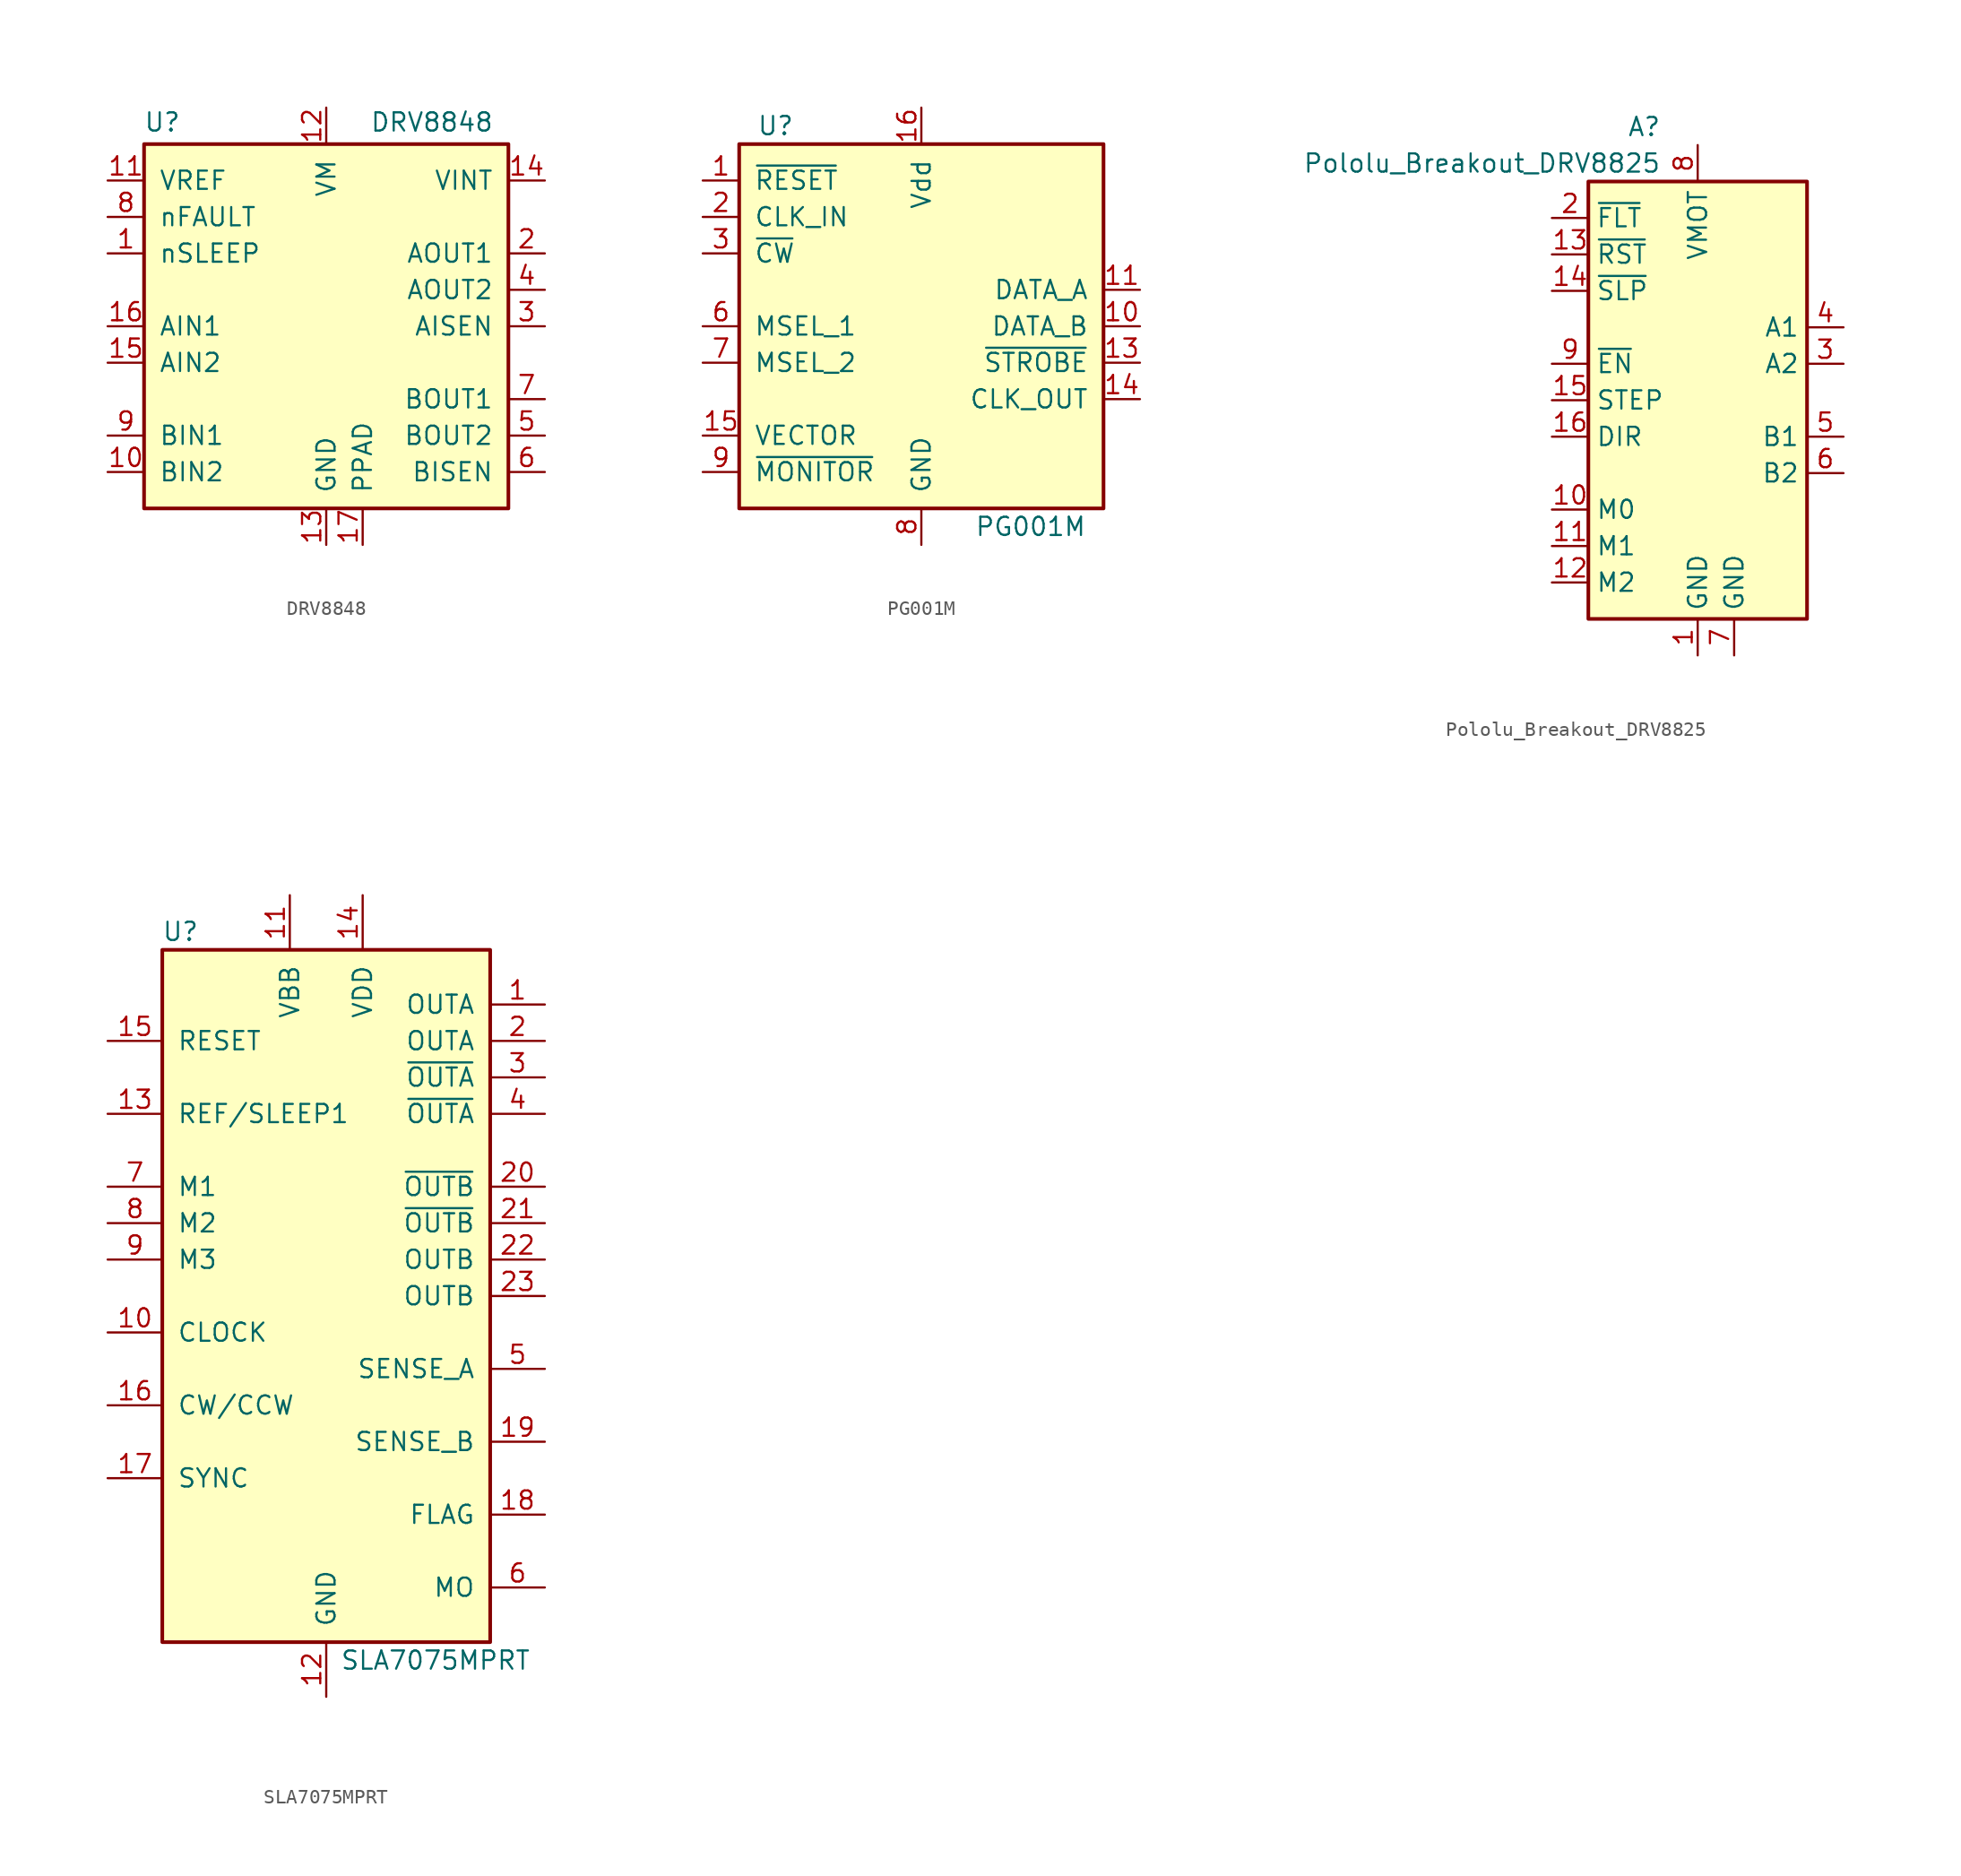
<source format=kicad_sym>
(kicad_symbol_lib
  (version 20211014)
  (generator kicad_symbol_editor)
  (symbol "DRV8848"
    (pin_names
      (offset 1.016))
    (property "Reference" "U"
      (at -11.43 14.224 0)
      (effects (font (size 1.27 1.27))))
    (property "Value" "DRV8848"
      (at 7.366 14.224 0)
      (effects (font (size 1.27 1.27))))
    (symbol "DRV8848_0_1"
      (rectangle (start -12.7 12.7) (end 12.7 -12.7) (stroke (width 0.254) (type default) (color 0 0 0 0)) (fill (type background))))
    (symbol "DRV8848_1_1"
      (pin input line (at -15.24 5.08 0) (length 2.54) (name "nSLEEP" (effects (font (size 1.27 1.27)))) (number "1" (effects (font (size 1.27 1.27)))))
      (pin input line (at -15.24 -10.16 0) (length 2.54) (name "BIN2" (effects (font (size 1.27 1.27)))) (number "10" (effects (font (size 1.27 1.27)))))
      (pin input line (at -15.24 10.16 0) (length 2.54) (name "VREF" (effects (font (size 1.27 1.27)))) (number "11" (effects (font (size 1.27 1.27)))))
      (pin power_in line (at 0 15.24 270) (length 2.54) (name "VM" (effects (font (size 1.27 1.27)))) (number "12" (effects (font (size 1.27 1.27)))))
      (pin power_in line (at 0 -15.24 90) (length 2.54) (name "GND" (effects (font (size 1.27 1.27)))) (number "13" (effects (font (size 1.27 1.27)))))
      (pin passive line (at 15.24 10.16 180) (length 2.54) (name "VINT" (effects (font (size 1.27 1.27)))) (number "14" (effects (font (size 1.27 1.27)))))
      (pin input line (at -15.24 -2.54 0) (length 2.54) (name "AIN2" (effects (font (size 1.27 1.27)))) (number "15" (effects (font (size 1.27 1.27)))))
      (pin input line (at -15.24 0 0) (length 2.54) (name "AIN1" (effects (font (size 1.27 1.27)))) (number "16" (effects (font (size 1.27 1.27)))))
      (pin power_in line (at 2.54 -15.24 90) (length 2.54) (name "PPAD" (effects (font (size 1.27 1.27)))) (number "17" (effects (font (size 1.27 1.27)))))
      (pin output line (at 15.24 5.08 180) (length 2.54) (name "AOUT1" (effects (font (size 1.27 1.27)))) (number "2" (effects (font (size 1.27 1.27)))))
      (pin passive line (at 15.24 0 180) (length 2.54) (name "AISEN" (effects (font (size 1.27 1.27)))) (number "3" (effects (font (size 1.27 1.27)))))
      (pin output line (at 15.24 2.54 180) (length 2.54) (name "AOUT2" (effects (font (size 1.27 1.27)))) (number "4" (effects (font (size 1.27 1.27)))))
      (pin output line (at 15.24 -7.62 180) (length 2.54) (name "BOUT2" (effects (font (size 1.27 1.27)))) (number "5" (effects (font (size 1.27 1.27)))))
      (pin passive line (at 15.24 -10.16 180) (length 2.54) (name "BISEN" (effects (font (size 1.27 1.27)))) (number "6" (effects (font (size 1.27 1.27)))))
      (pin output line (at 15.24 -5.08 180) (length 2.54) (name "BOUT1" (effects (font (size 1.27 1.27)))) (number "7" (effects (font (size 1.27 1.27)))))
      (pin open_collector line (at -15.24 7.62 0) (length 2.54) (name "nFAULT" (effects (font (size 1.27 1.27)))) (number "8" (effects (font (size 1.27 1.27)))))
      (pin input line (at -15.24 -7.62 0) (length 2.54) (name "BIN1" (effects (font (size 1.27 1.27)))) (number "9" (effects (font (size 1.27 1.27)))))))
  (symbol "PG001M"
    (pin_names
      (offset 1.016))
    (property "Reference" "U"
      (at -10.16 13.97 0)
      (effects (font (size 1.27 1.27))))
    (property "Value" "PG001M"
      (at 7.62 -13.97 0)
      (effects (font (size 1.27 1.27))))
    (symbol "PG001M_0_1"
      (rectangle (start 12.7 -12.7) (end -12.7 12.7) (stroke (width 0.254) (type default) (color 0 0 0 0)) (fill (type background))))
    (symbol "PG001M_1_1"
      (pin input line (at -15.24 10.16 0) (length 2.54) (name "~{RESET}" (effects (font (size 1.27 1.27)))) (number "1" (effects (font (size 1.27 1.27)))))
      (pin output line (at 15.24 0 180) (length 2.54) (name "DATA_B" (effects (font (size 1.27 1.27)))) (number "10" (effects (font (size 1.27 1.27)))))
      (pin output line (at 15.24 2.54 180) (length 2.54) (name "DATA_A" (effects (font (size 1.27 1.27)))) (number "11" (effects (font (size 1.27 1.27)))))
      (pin output line (at 15.24 -2.54 180) (length 2.54) (name "~{STROBE}" (effects (font (size 1.27 1.27)))) (number "13" (effects (font (size 1.27 1.27)))))
      (pin output line (at 15.24 -5.08 180) (length 2.54) (name "CLK_OUT" (effects (font (size 1.27 1.27)))) (number "14" (effects (font (size 1.27 1.27)))))
      (pin input line (at -15.24 -7.62 0) (length 2.54) (name "VECTOR" (effects (font (size 1.27 1.27)))) (number "15" (effects (font (size 1.27 1.27)))))
      (pin power_in line (at 0 15.24 270) (length 2.54) (name "Vdd" (effects (font (size 1.27 1.27)))) (number "16" (effects (font (size 1.27 1.27)))))
      (pin input line (at -15.24 7.62 0) (length 2.54) (name "CLK_IN" (effects (font (size 1.27 1.27)))) (number "2" (effects (font (size 1.27 1.27)))))
      (pin input line (at -15.24 5.08 0) (length 2.54) (name "~{CW}" (effects (font (size 1.27 1.27)))) (number "3" (effects (font (size 1.27 1.27)))))
      (pin input line (at -15.24 0 0) (length 2.54) (name "MSEL_1" (effects (font (size 1.27 1.27)))) (number "6" (effects (font (size 1.27 1.27)))))
      (pin input line (at -15.24 -2.54 0) (length 2.54) (name "MSEL_2" (effects (font (size 1.27 1.27)))) (number "7" (effects (font (size 1.27 1.27)))))
      (pin power_in line (at 0 -15.24 90) (length 2.54) (name "GND" (effects (font (size 1.27 1.27)))) (number "8" (effects (font (size 1.27 1.27)))))
      (pin input line (at -15.24 -10.16 0) (length 2.54) (name "~{MONITOR}" (effects (font (size 1.27 1.27)))) (number "9" (effects (font (size 1.27 1.27)))))))
  (symbol "Pololu_Breakout_DRV8825"
    (property "Reference" "A"
      (at -2.54 16.51 0)
      (effects (font (size 1.27 1.27)) (justify right)))
    (property "Value" "Pololu_Breakout_DRV8825"
      (at -2.54 13.97 0)
      (effects (font (size 1.27 1.27)) (justify right)))
    (symbol "Pololu_Breakout_DRV8825_0_1"
      (rectangle (start 7.62 -17.78) (end -7.62 12.7) (stroke (width 0.254) (type default) (color 0 0 0 0)) (fill (type background))))
    (symbol "Pololu_Breakout_DRV8825_1_1"
      (pin power_in line (at 0 -20.32 90) (length 2.54) (name "GND" (effects (font (size 1.27 1.27)))) (number "1" (effects (font (size 1.27 1.27)))))
      (pin input line (at -10.16 -10.16 0) (length 2.54) (name "M0" (effects (font (size 1.27 1.27)))) (number "10" (effects (font (size 1.27 1.27)))))
      (pin input line (at -10.16 -12.7 0) (length 2.54) (name "M1" (effects (font (size 1.27 1.27)))) (number "11" (effects (font (size 1.27 1.27)))))
      (pin input line (at -10.16 -15.24 0) (length 2.54) (name "M2" (effects (font (size 1.27 1.27)))) (number "12" (effects (font (size 1.27 1.27)))))
      (pin input line (at -10.16 7.62 0) (length 2.54) (name "~{RST}" (effects (font (size 1.27 1.27)))) (number "13" (effects (font (size 1.27 1.27)))))
      (pin input line (at -10.16 5.08 0) (length 2.54) (name "~{SLP}" (effects (font (size 1.27 1.27)))) (number "14" (effects (font (size 1.27 1.27)))))
      (pin input line (at -10.16 -2.54 0) (length 2.54) (name "STEP" (effects (font (size 1.27 1.27)))) (number "15" (effects (font (size 1.27 1.27)))))
      (pin input line (at -10.16 -5.08 0) (length 2.54) (name "DIR" (effects (font (size 1.27 1.27)))) (number "16" (effects (font (size 1.27 1.27)))))
      (pin output line (at -10.16 10.16 0) (length 2.54) (name "~{FLT}" (effects (font (size 1.27 1.27)))) (number "2" (effects (font (size 1.27 1.27)))))
      (pin output line (at 10.16 0 180) (length 2.54) (name "A2" (effects (font (size 1.27 1.27)))) (number "3" (effects (font (size 1.27 1.27)))))
      (pin output line (at 10.16 2.54 180) (length 2.54) (name "A1" (effects (font (size 1.27 1.27)))) (number "4" (effects (font (size 1.27 1.27)))))
      (pin output line (at 10.16 -5.08 180) (length 2.54) (name "B1" (effects (font (size 1.27 1.27)))) (number "5" (effects (font (size 1.27 1.27)))))
      (pin output line (at 10.16 -7.62 180) (length 2.54) (name "B2" (effects (font (size 1.27 1.27)))) (number "6" (effects (font (size 1.27 1.27)))))
      (pin power_in line (at 2.54 -20.32 90) (length 2.54) (name "GND" (effects (font (size 1.27 1.27)))) (number "7" (effects (font (size 1.27 1.27)))))
      (pin power_in line (at 0 15.24 270) (length 2.54) (name "VMOT" (effects (font (size 1.27 1.27)))) (number "8" (effects (font (size 1.27 1.27)))))
      (pin input line (at -10.16 0 0) (length 2.54) (name "~{EN}" (effects (font (size 1.27 1.27)))) (number "9" (effects (font (size 1.27 1.27)))))))
  (symbol "SLA7075MPRT"
    (pin_names
      (offset 1.016))
    (property "Reference" "U"
      (at -10.16 25.4 0)
      (effects (font (size 1.27 1.27))))
    (property "Value" "SLA7075MPRT"
      (at 7.62 -25.4 0)
      (effects (font (size 1.27 1.27))))
    (symbol "SLA7075MPRT_0_1"
      (rectangle (start -11.43 24.13) (end 11.43 -24.13) (stroke (width 0.254) (type default) (color 0 0 0 0)) (fill (type background))))
    (symbol "SLA7075MPRT_1_1"
      (pin output line (at 15.24 20.32 180) (length 3.81) (name "OUTA" (effects (font (size 1.27 1.27)))) (number "1" (effects (font (size 1.27 1.27)))))
      (pin input line (at -15.24 -2.54 0) (length 3.81) (name "CLOCK" (effects (font (size 1.27 1.27)))) (number "10" (effects (font (size 1.27 1.27)))))
      (pin power_in line (at -2.54 27.94 270) (length 3.81) (name "VBB" (effects (font (size 1.27 1.27)))) (number "11" (effects (font (size 1.27 1.27)))))
      (pin power_in line (at 0 -27.94 90) (length 3.81) (name "GND" (effects (font (size 1.27 1.27)))) (number "12" (effects (font (size 1.27 1.27)))))
      (pin input line (at -15.24 12.7 0) (length 3.81) (name "REF/SLEEP1" (effects (font (size 1.27 1.27)))) (number "13" (effects (font (size 1.27 1.27)))))
      (pin power_in line (at 2.54 27.94 270) (length 3.81) (name "VDD" (effects (font (size 1.27 1.27)))) (number "14" (effects (font (size 1.27 1.27)))))
      (pin input line (at -15.24 17.78 0) (length 3.81) (name "RESET" (effects (font (size 1.27 1.27)))) (number "15" (effects (font (size 1.27 1.27)))))
      (pin input line (at -15.24 -7.62 0) (length 3.81) (name "CW/CCW" (effects (font (size 1.27 1.27)))) (number "16" (effects (font (size 1.27 1.27)))))
      (pin input line (at -15.24 -12.7 0) (length 3.81) (name "SYNC" (effects (font (size 1.27 1.27)))) (number "17" (effects (font (size 1.27 1.27)))))
      (pin output line (at 15.24 -15.24 180) (length 3.81) (name "FLAG" (effects (font (size 1.27 1.27)))) (number "18" (effects (font (size 1.27 1.27)))))
      (pin output line (at 15.24 -10.16 180) (length 3.81) (name "SENSE_B" (effects (font (size 1.27 1.27)))) (number "19" (effects (font (size 1.27 1.27)))))
      (pin output line (at 15.24 17.78 180) (length 3.81) (name "OUTA" (effects (font (size 1.27 1.27)))) (number "2" (effects (font (size 1.27 1.27)))))
      (pin output line (at 15.24 7.62 180) (length 3.81) (name "~{OUTB}" (effects (font (size 1.27 1.27)))) (number "20" (effects (font (size 1.27 1.27)))))
      (pin output line (at 15.24 5.08 180) (length 3.81) (name "~{OUTB}" (effects (font (size 1.27 1.27)))) (number "21" (effects (font (size 1.27 1.27)))))
      (pin output line (at 15.24 2.54 180) (length 3.81) (name "OUTB" (effects (font (size 1.27 1.27)))) (number "22" (effects (font (size 1.27 1.27)))))
      (pin output line (at 15.24 0 180) (length 3.81) (name "OUTB" (effects (font (size 1.27 1.27)))) (number "23" (effects (font (size 1.27 1.27)))))
      (pin output line (at 15.24 15.24 180) (length 3.81) (name "~{OUTA}" (effects (font (size 1.27 1.27)))) (number "3" (effects (font (size 1.27 1.27)))))
      (pin output line (at 15.24 12.7 180) (length 3.81) (name "~{OUTA}" (effects (font (size 1.27 1.27)))) (number "4" (effects (font (size 1.27 1.27)))))
      (pin output line (at 15.24 -5.08 180) (length 3.81) (name "SENSE_A" (effects (font (size 1.27 1.27)))) (number "5" (effects (font (size 1.27 1.27)))))
      (pin output line (at 15.24 -20.32 180) (length 3.81) (name "MO" (effects (font (size 1.27 1.27)))) (number "6" (effects (font (size 1.27 1.27)))))
      (pin input line (at -15.24 7.62 0) (length 3.81) (name "M1" (effects (font (size 1.27 1.27)))) (number "7" (effects (font (size 1.27 1.27)))))
      (pin input line (at -15.24 5.08 0) (length 3.81) (name "M2" (effects (font (size 1.27 1.27)))) (number "8" (effects (font (size 1.27 1.27)))))
      (pin input line (at -15.24 2.54 0) (length 3.81) (name "M3" (effects (font (size 1.27 1.27)))) (number "9" (effects (font (size 1.27 1.27))))))))
</source>
